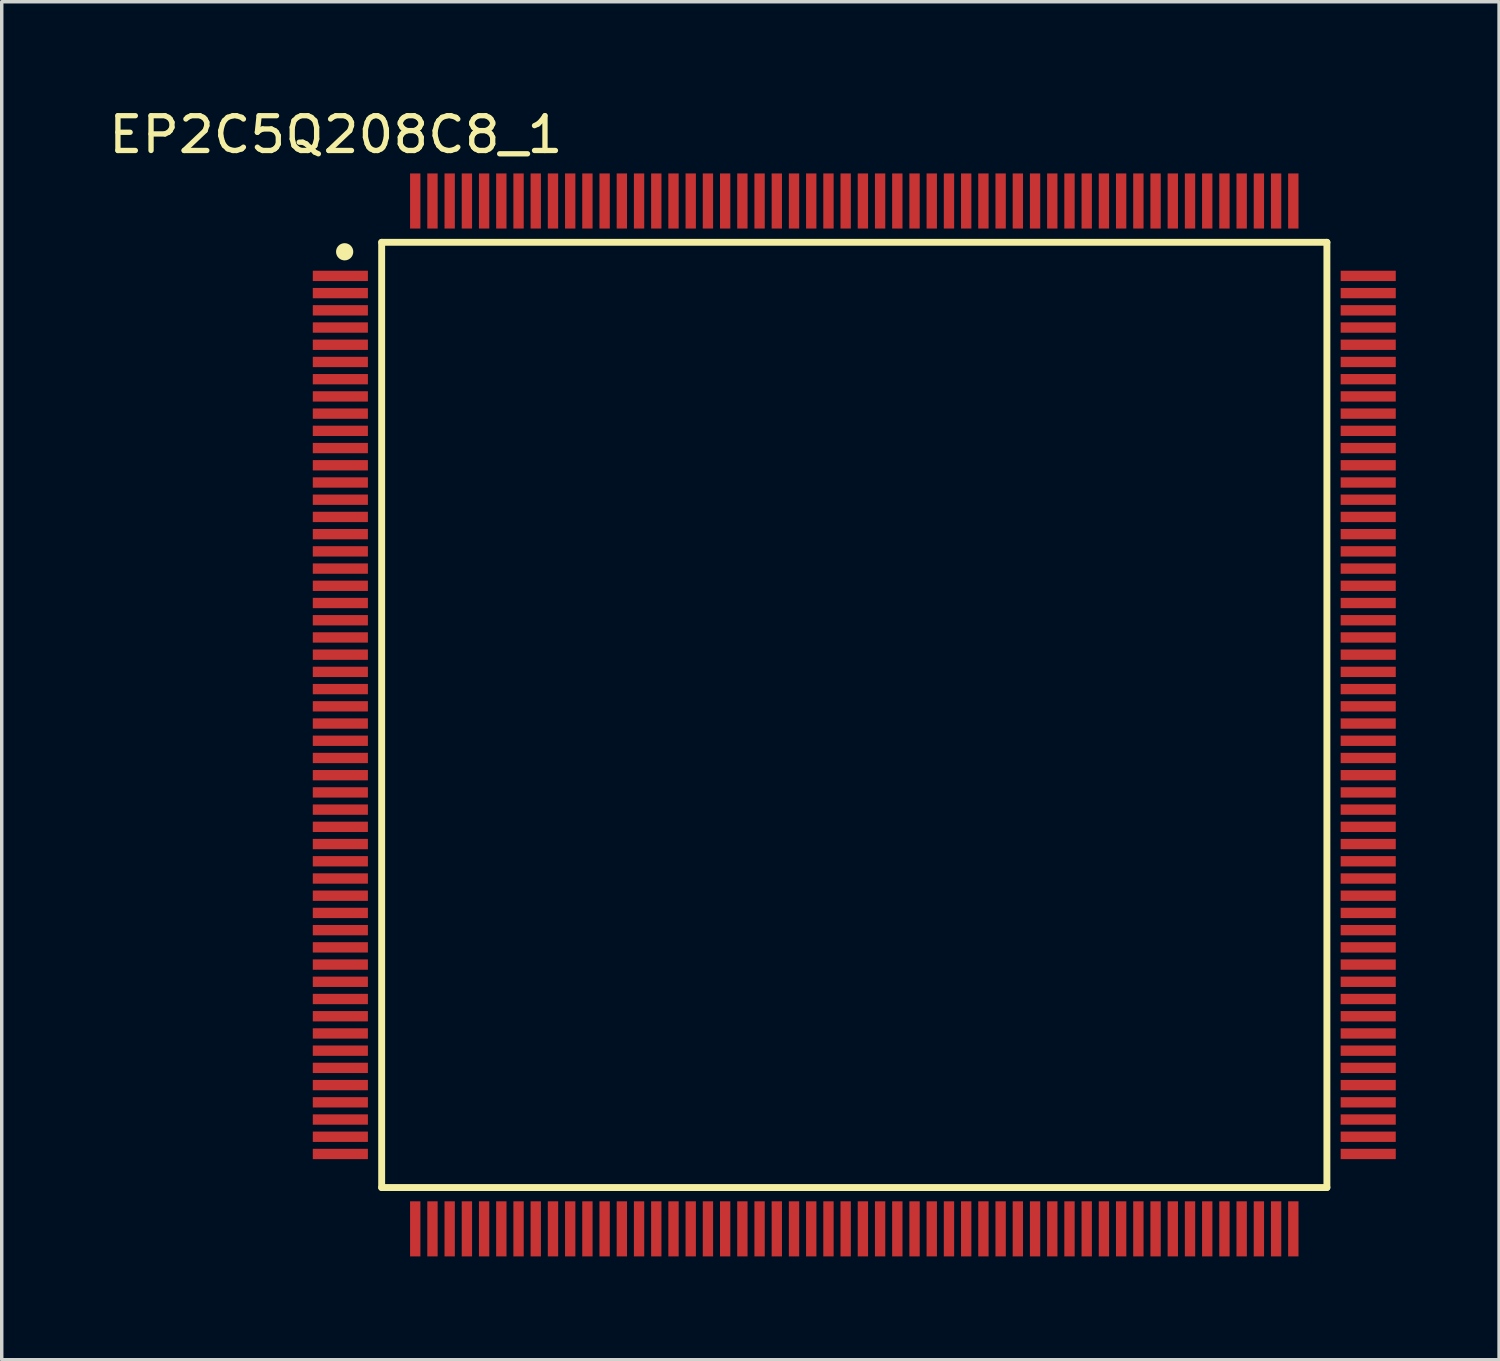
<source format=kicad_pcb>
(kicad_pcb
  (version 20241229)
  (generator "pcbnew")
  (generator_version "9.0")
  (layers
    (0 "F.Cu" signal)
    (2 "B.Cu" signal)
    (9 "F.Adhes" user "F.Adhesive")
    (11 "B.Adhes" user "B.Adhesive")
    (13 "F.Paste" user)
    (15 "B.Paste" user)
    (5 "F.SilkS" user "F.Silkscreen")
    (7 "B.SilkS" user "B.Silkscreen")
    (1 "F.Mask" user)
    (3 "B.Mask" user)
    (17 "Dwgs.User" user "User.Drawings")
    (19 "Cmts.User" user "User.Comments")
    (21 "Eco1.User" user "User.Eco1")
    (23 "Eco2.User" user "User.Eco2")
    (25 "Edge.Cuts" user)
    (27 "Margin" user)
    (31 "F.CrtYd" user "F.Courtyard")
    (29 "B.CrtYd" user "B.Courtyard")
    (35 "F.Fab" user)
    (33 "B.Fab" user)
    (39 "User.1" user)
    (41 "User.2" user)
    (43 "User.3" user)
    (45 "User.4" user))
  (footprint "EP2C5Q208C8_1"
    (layer "F.Cu")
    (at 21.759 17.712)
    (property "Reference" "EP2C5Q208C8_1" (at -15.057 -16.851 0) (unlocked yes) (layer "F.SilkS") (effects (font (size 1.01 1.063) (thickness 0.154))))
    (fp_line (start -13.725 -13.725) (end 13.725 -13.725) (stroke (width 0.2) (type solid)) (layer "F.SilkS"))
    (fp_line (start -13.725 13.725) (end -13.725 -13.725) (stroke (width 0.2) (type solid)) (layer "F.SilkS"))
    (fp_line (start -13.725 13.725) (end 13.725 13.725) (stroke (width 0.2) (type solid)) (layer "F.SilkS"))
    (fp_line (start 13.725 13.725) (end 13.725 -13.725) (stroke (width 0.2) (type solid)) (layer "F.SilkS"))
    (fp_circle (center -14.8 -13.45) (end -14.8 -13.45) (stroke (width 0.25) (type solid)) (fill no) (layer "F.SilkS"))
    (pad "1" smd rect (at -14.925 -12.75 90) (size 0.3 1.6) (layers "F.Cu" "F.Mask" "F.Paste"))
    (pad "2" smd rect (at -14.925 -12.25 90) (size 0.3 1.6) (layers "F.Cu" "F.Mask" "F.Paste"))
    (pad "3" smd rect (at -14.925 -11.75 90) (size 0.3 1.6) (layers "F.Cu" "F.Mask" "F.Paste"))
    (pad "4" smd rect (at -14.925 -11.25 90) (size 0.3 1.6) (layers "F.Cu" "F.Mask" "F.Paste"))
    (pad "5" smd rect (at -14.925 -10.75 90) (size 0.3 1.6) (layers "F.Cu" "F.Mask" "F.Paste"))
    (pad "6" smd rect (at -14.925 -10.25 90) (size 0.3 1.6) (layers "F.Cu" "F.Mask" "F.Paste"))
    (pad "7" smd rect (at -14.925 -9.75 90) (size 0.3 1.6) (layers "F.Cu" "F.Mask" "F.Paste"))
    (pad "8" smd rect (at -14.925 -9.25 90) (size 0.3 1.6) (layers "F.Cu" "F.Mask" "F.Paste"))
    (pad "9" smd rect (at -14.925 -8.75 90) (size 0.3 1.6) (layers "F.Cu" "F.Mask" "F.Paste"))
    (pad "10" smd rect (at -14.925 -8.25 90) (size 0.3 1.6) (layers "F.Cu" "F.Mask" "F.Paste"))
    (pad "11" smd rect (at -14.925 -7.75 90) (size 0.3 1.6) (layers "F.Cu" "F.Mask" "F.Paste"))
    (pad "12" smd rect (at -14.925 -7.25 90) (size 0.3 1.6) (layers "F.Cu" "F.Mask" "F.Paste"))
    (pad "13" smd rect (at -14.925 -6.75 90) (size 0.3 1.6) (layers "F.Cu" "F.Mask" "F.Paste"))
    (pad "14" smd rect (at -14.925 -6.25 90) (size 0.3 1.6) (layers "F.Cu" "F.Mask" "F.Paste"))
    (pad "15" smd rect (at -14.925 -5.75 90) (size 0.3 1.6) (layers "F.Cu" "F.Mask" "F.Paste"))
    (pad "16" smd rect (at -14.925 -5.25 90) (size 0.3 1.6) (layers "F.Cu" "F.Mask" "F.Paste"))
    (pad "17" smd rect (at -14.925 -4.75 90) (size 0.3 1.6) (layers "F.Cu" "F.Mask" "F.Paste"))
    (pad "18" smd rect (at -14.925 -4.25 90) (size 0.3 1.6) (layers "F.Cu" "F.Mask" "F.Paste"))
    (pad "19" smd rect (at -14.925 -3.75 90) (size 0.3 1.6) (layers "F.Cu" "F.Mask" "F.Paste"))
    (pad "20" smd rect (at -14.925 -3.25 90) (size 0.3 1.6) (layers "F.Cu" "F.Mask" "F.Paste"))
    (pad "21" smd rect (at -14.925 -2.75 90) (size 0.3 1.6) (layers "F.Cu" "F.Mask" "F.Paste"))
    (pad "22" smd rect (at -14.925 -2.25 90) (size 0.3 1.6) (layers "F.Cu" "F.Mask" "F.Paste"))
    (pad "23" smd rect (at -14.925 -1.75 90) (size 0.3 1.6) (layers "F.Cu" "F.Mask" "F.Paste"))
    (pad "24" smd rect (at -14.925 -1.25 90) (size 0.3 1.6) (layers "F.Cu" "F.Mask" "F.Paste"))
    (pad "25" smd rect (at -14.925 -0.75 90) (size 0.3 1.6) (layers "F.Cu" "F.Mask" "F.Paste"))
    (pad "26" smd rect (at -14.925 -0.25 90) (size 0.3 1.6) (layers "F.Cu" "F.Mask" "F.Paste"))
    (pad "27" smd rect (at -14.925 0.25 90) (size 0.3 1.6) (layers "F.Cu" "F.Mask" "F.Paste"))
    (pad "28" smd rect (at -14.925 0.75 90) (size 0.3 1.6) (layers "F.Cu" "F.Mask" "F.Paste"))
    (pad "29" smd rect (at -14.925 1.25 90) (size 0.3 1.6) (layers "F.Cu" "F.Mask" "F.Paste"))
    (pad "30" smd rect (at -14.925 1.75 90) (size 0.3 1.6) (layers "F.Cu" "F.Mask" "F.Paste"))
    (pad "31" smd rect (at -14.925 2.25 90) (size 0.3 1.6) (layers "F.Cu" "F.Mask" "F.Paste"))
    (pad "32" smd rect (at -14.925 2.75 90) (size 0.3 1.6) (layers "F.Cu" "F.Mask" "F.Paste"))
    (pad "33" smd rect (at -14.925 3.25 90) (size 0.3 1.6) (layers "F.Cu" "F.Mask" "F.Paste"))
    (pad "34" smd rect (at -14.925 3.75 90) (size 0.3 1.6) (layers "F.Cu" "F.Mask" "F.Paste"))
    (pad "35" smd rect (at -14.925 4.25 90) (size 0.3 1.6) (layers "F.Cu" "F.Mask" "F.Paste"))
    (pad "36" smd rect (at -14.925 4.75 90) (size 0.3 1.6) (layers "F.Cu" "F.Mask" "F.Paste"))
    (pad "37" smd rect (at -14.925 5.25 90) (size 0.3 1.6) (layers "F.Cu" "F.Mask" "F.Paste"))
    (pad "38" smd rect (at -14.925 5.75 90) (size 0.3 1.6) (layers "F.Cu" "F.Mask" "F.Paste"))
    (pad "39" smd rect (at -14.925 6.25 90) (size 0.3 1.6) (layers "F.Cu" "F.Mask" "F.Paste"))
    (pad "40" smd rect (at -14.925 6.75 90) (size 0.3 1.6) (layers "F.Cu" "F.Mask" "F.Paste"))
    (pad "41" smd rect (at -14.925 7.25 90) (size 0.3 1.6) (layers "F.Cu" "F.Mask" "F.Paste"))
    (pad "42" smd rect (at -14.925 7.75 90) (size 0.3 1.6) (layers "F.Cu" "F.Mask" "F.Paste"))
    (pad "43" smd rect (at -14.925 8.25 90) (size 0.3 1.6) (layers "F.Cu" "F.Mask" "F.Paste"))
    (pad "44" smd rect (at -14.925 8.75 90) (size 0.3 1.6) (layers "F.Cu" "F.Mask" "F.Paste"))
    (pad "45" smd rect (at -14.925 9.25 90) (size 0.3 1.6) (layers "F.Cu" "F.Mask" "F.Paste"))
    (pad "46" smd rect (at -14.925 9.75 90) (size 0.3 1.6) (layers "F.Cu" "F.Mask" "F.Paste"))
    (pad "47" smd rect (at -14.925 10.25 90) (size 0.3 1.6) (layers "F.Cu" "F.Mask" "F.Paste"))
    (pad "48" smd rect (at -14.925 10.75 90) (size 0.3 1.6) (layers "F.Cu" "F.Mask" "F.Paste"))
    (pad "49" smd rect (at -14.925 11.25 90) (size 0.3 1.6) (layers "F.Cu" "F.Mask" "F.Paste"))
    (pad "50" smd rect (at -14.925 11.75 90) (size 0.3 1.6) (layers "F.Cu" "F.Mask" "F.Paste"))
    (pad "51" smd rect (at -14.925 12.25 90) (size 0.3 1.6) (layers "F.Cu" "F.Mask" "F.Paste"))
    (pad "52" smd rect (at -14.925 12.75 90) (size 0.3 1.6) (layers "F.Cu" "F.Mask" "F.Paste"))
    (pad "53" smd rect (at -12.75 14.925 180) (size 0.3 1.6) (layers "F.Cu" "F.Mask" "F.Paste"))
    (pad "54" smd rect (at -12.25 14.925 180) (size 0.3 1.6) (layers "F.Cu" "F.Mask" "F.Paste"))
    (pad "55" smd rect (at -11.75 14.925 180) (size 0.3 1.6) (layers "F.Cu" "F.Mask" "F.Paste"))
    (pad "56" smd rect (at -11.25 14.925 180) (size 0.3 1.6) (layers "F.Cu" "F.Mask" "F.Paste"))
    (pad "57" smd rect (at -10.75 14.925 180) (size 0.3 1.6) (layers "F.Cu" "F.Mask" "F.Paste"))
    (pad "58" smd rect (at -10.25 14.925 180) (size 0.3 1.6) (layers "F.Cu" "F.Mask" "F.Paste"))
    (pad "59" smd rect (at -9.75 14.925 180) (size 0.3 1.6) (layers "F.Cu" "F.Mask" "F.Paste"))
    (pad "60" smd rect (at -9.25 14.925 180) (size 0.3 1.6) (layers "F.Cu" "F.Mask" "F.Paste"))
    (pad "61" smd rect (at -8.75 14.925 180) (size 0.3 1.6) (layers "F.Cu" "F.Mask" "F.Paste"))
    (pad "62" smd rect (at -8.25 14.925 180) (size 0.3 1.6) (layers "F.Cu" "F.Mask" "F.Paste"))
    (pad "63" smd rect (at -7.75 14.925 180) (size 0.3 1.6) (layers "F.Cu" "F.Mask" "F.Paste"))
    (pad "64" smd rect (at -7.25 14.925 180) (size 0.3 1.6) (layers "F.Cu" "F.Mask" "F.Paste"))
    (pad "65" smd rect (at -6.75 14.925 180) (size 0.3 1.6) (layers "F.Cu" "F.Mask" "F.Paste"))
    (pad "66" smd rect (at -6.25 14.925 180) (size 0.3 1.6) (layers "F.Cu" "F.Mask" "F.Paste"))
    (pad "67" smd rect (at -5.75 14.925 180) (size 0.3 1.6) (layers "F.Cu" "F.Mask" "F.Paste"))
    (pad "68" smd rect (at -5.25 14.925 180) (size 0.3 1.6) (layers "F.Cu" "F.Mask" "F.Paste"))
    (pad "69" smd rect (at -4.75 14.925 180) (size 0.3 1.6) (layers "F.Cu" "F.Mask" "F.Paste"))
    (pad "70" smd rect (at -4.25 14.925 180) (size 0.3 1.6) (layers "F.Cu" "F.Mask" "F.Paste"))
    (pad "71" smd rect (at -3.75 14.925 180) (size 0.3 1.6) (layers "F.Cu" "F.Mask" "F.Paste"))
    (pad "72" smd rect (at -3.25 14.925 180) (size 0.3 1.6) (layers "F.Cu" "F.Mask" "F.Paste"))
    (pad "73" smd rect (at -2.75 14.925 180) (size 0.3 1.6) (layers "F.Cu" "F.Mask" "F.Paste"))
    (pad "74" smd rect (at -2.25 14.925 180) (size 0.3 1.6) (layers "F.Cu" "F.Mask" "F.Paste"))
    (pad "75" smd rect (at -1.75 14.925 180) (size 0.3 1.6) (layers "F.Cu" "F.Mask" "F.Paste"))
    (pad "76" smd rect (at -1.25 14.925 180) (size 0.3 1.6) (layers "F.Cu" "F.Mask" "F.Paste"))
    (pad "77" smd rect (at -0.75 14.925 180) (size 0.3 1.6) (layers "F.Cu" "F.Mask" "F.Paste"))
    (pad "78" smd rect (at -0.25 14.925 180) (size 0.3 1.6) (layers "F.Cu" "F.Mask" "F.Paste"))
    (pad "79" smd rect (at 0.25 14.925 180) (size 0.3 1.6) (layers "F.Cu" "F.Mask" "F.Paste"))
    (pad "80" smd rect (at 0.75 14.925 180) (size 0.3 1.6) (layers "F.Cu" "F.Mask" "F.Paste"))
    (pad "81" smd rect (at 1.25 14.925 180) (size 0.3 1.6) (layers "F.Cu" "F.Mask" "F.Paste"))
    (pad "82" smd rect (at 1.75 14.925 180) (size 0.3 1.6) (layers "F.Cu" "F.Mask" "F.Paste"))
    (pad "83" smd rect (at 2.25 14.925 180) (size 0.3 1.6) (layers "F.Cu" "F.Mask" "F.Paste"))
    (pad "84" smd rect (at 2.75 14.925 180) (size 0.3 1.6) (layers "F.Cu" "F.Mask" "F.Paste"))
    (pad "85" smd rect (at 3.25 14.925 180) (size 0.3 1.6) (layers "F.Cu" "F.Mask" "F.Paste"))
    (pad "86" smd rect (at 3.75 14.925 180) (size 0.3 1.6) (layers "F.Cu" "F.Mask" "F.Paste"))
    (pad "87" smd rect (at 4.25 14.925 180) (size 0.3 1.6) (layers "F.Cu" "F.Mask" "F.Paste"))
    (pad "88" smd rect (at 4.75 14.925 180) (size 0.3 1.6) (layers "F.Cu" "F.Mask" "F.Paste"))
    (pad "89" smd rect (at 5.25 14.925 180) (size 0.3 1.6) (layers "F.Cu" "F.Mask" "F.Paste"))
    (pad "90" smd rect (at 5.75 14.925 180) (size 0.3 1.6) (layers "F.Cu" "F.Mask" "F.Paste"))
    (pad "91" smd rect (at 6.25 14.925 180) (size 0.3 1.6) (layers "F.Cu" "F.Mask" "F.Paste"))
    (pad "92" smd rect (at 6.75 14.925 180) (size 0.3 1.6) (layers "F.Cu" "F.Mask" "F.Paste"))
    (pad "93" smd rect (at 7.25 14.925 180) (size 0.3 1.6) (layers "F.Cu" "F.Mask" "F.Paste"))
    (pad "94" smd rect (at 7.75 14.925 180) (size 0.3 1.6) (layers "F.Cu" "F.Mask" "F.Paste"))
    (pad "95" smd rect (at 8.25 14.925 180) (size 0.3 1.6) (layers "F.Cu" "F.Mask" "F.Paste"))
    (pad "96" smd rect (at 8.75 14.925 180) (size 0.3 1.6) (layers "F.Cu" "F.Mask" "F.Paste"))
    (pad "97" smd rect (at 9.25 14.925 180) (size 0.3 1.6) (layers "F.Cu" "F.Mask" "F.Paste"))
    (pad "98" smd rect (at 9.75 14.925 180) (size 0.3 1.6) (layers "F.Cu" "F.Mask" "F.Paste"))
    (pad "99" smd rect (at 10.25 14.925 180) (size 0.3 1.6) (layers "F.Cu" "F.Mask" "F.Paste"))
    (pad "100" smd rect (at 10.75 14.925 180) (size 0.3 1.6) (layers "F.Cu" "F.Mask" "F.Paste"))
    (pad "101" smd rect (at 11.25 14.925 180) (size 0.3 1.6) (layers "F.Cu" "F.Mask" "F.Paste"))
    (pad "102" smd rect (at 11.75 14.925 180) (size 0.3 1.6) (layers "F.Cu" "F.Mask" "F.Paste"))
    (pad "103" smd rect (at 12.25 14.925 180) (size 0.3 1.6) (layers "F.Cu" "F.Mask" "F.Paste"))
    (pad "104" smd rect (at 12.75 14.925 180) (size 0.3 1.6) (layers "F.Cu" "F.Mask" "F.Paste"))
    (pad "105" smd rect (at 14.925 12.75 90) (size 0.3 1.6) (layers "F.Cu" "F.Mask" "F.Paste"))
    (pad "106" smd rect (at 14.925 12.25 90) (size 0.3 1.6) (layers "F.Cu" "F.Mask" "F.Paste"))
    (pad "107" smd rect (at 14.925 11.75 90) (size 0.3 1.6) (layers "F.Cu" "F.Mask" "F.Paste"))
    (pad "108" smd rect (at 14.925 11.25 90) (size 0.3 1.6) (layers "F.Cu" "F.Mask" "F.Paste"))
    (pad "109" smd rect (at 14.925 10.75 90) (size 0.3 1.6) (layers "F.Cu" "F.Mask" "F.Paste"))
    (pad "110" smd rect (at 14.925 10.25 90) (size 0.3 1.6) (layers "F.Cu" "F.Mask" "F.Paste"))
    (pad "111" smd rect (at 14.925 9.75 90) (size 0.3 1.6) (layers "F.Cu" "F.Mask" "F.Paste"))
    (pad "112" smd rect (at 14.925 9.25 90) (size 0.3 1.6) (layers "F.Cu" "F.Mask" "F.Paste"))
    (pad "113" smd rect (at 14.925 8.75 90) (size 0.3 1.6) (layers "F.Cu" "F.Mask" "F.Paste"))
    (pad "114" smd rect (at 14.925 8.25 90) (size 0.3 1.6) (layers "F.Cu" "F.Mask" "F.Paste"))
    (pad "115" smd rect (at 14.925 7.75 90) (size 0.3 1.6) (layers "F.Cu" "F.Mask" "F.Paste"))
    (pad "116" smd rect (at 14.925 7.25 90) (size 0.3 1.6) (layers "F.Cu" "F.Mask" "F.Paste"))
    (pad "117" smd rect (at 14.925 6.75 90) (size 0.3 1.6) (layers "F.Cu" "F.Mask" "F.Paste"))
    (pad "118" smd rect (at 14.925 6.25 90) (size 0.3 1.6) (layers "F.Cu" "F.Mask" "F.Paste"))
    (pad "119" smd rect (at 14.925 5.75 90) (size 0.3 1.6) (layers "F.Cu" "F.Mask" "F.Paste"))
    (pad "120" smd rect (at 14.925 5.25 90) (size 0.3 1.6) (layers "F.Cu" "F.Mask" "F.Paste"))
    (pad "121" smd rect (at 14.925 4.75 90) (size 0.3 1.6) (layers "F.Cu" "F.Mask" "F.Paste"))
    (pad "122" smd rect (at 14.925 4.25 90) (size 0.3 1.6) (layers "F.Cu" "F.Mask" "F.Paste"))
    (pad "123" smd rect (at 14.925 3.75 90) (size 0.3 1.6) (layers "F.Cu" "F.Mask" "F.Paste"))
    (pad "124" smd rect (at 14.925 3.25 90) (size 0.3 1.6) (layers "F.Cu" "F.Mask" "F.Paste"))
    (pad "125" smd rect (at 14.925 2.75 90) (size 0.3 1.6) (layers "F.Cu" "F.Mask" "F.Paste"))
    (pad "126" smd rect (at 14.925 2.25 90) (size 0.3 1.6) (layers "F.Cu" "F.Mask" "F.Paste"))
    (pad "127" smd rect (at 14.925 1.75 90) (size 0.3 1.6) (layers "F.Cu" "F.Mask" "F.Paste"))
    (pad "128" smd rect (at 14.925 1.25 90) (size 0.3 1.6) (layers "F.Cu" "F.Mask" "F.Paste"))
    (pad "129" smd rect (at 14.925 0.75 90) (size 0.3 1.6) (layers "F.Cu" "F.Mask" "F.Paste"))
    (pad "130" smd rect (at 14.925 0.25 90) (size 0.3 1.6) (layers "F.Cu" "F.Mask" "F.Paste"))
    (pad "131" smd rect (at 14.925 -0.25 90) (size 0.3 1.6) (layers "F.Cu" "F.Mask" "F.Paste"))
    (pad "132" smd rect (at 14.925 -0.75 90) (size 0.3 1.6) (layers "F.Cu" "F.Mask" "F.Paste"))
    (pad "133" smd rect (at 14.925 -1.25 90) (size 0.3 1.6) (layers "F.Cu" "F.Mask" "F.Paste"))
    (pad "134" smd rect (at 14.925 -1.75 90) (size 0.3 1.6) (layers "F.Cu" "F.Mask" "F.Paste"))
    (pad "135" smd rect (at 14.925 -2.25 90) (size 0.3 1.6) (layers "F.Cu" "F.Mask" "F.Paste"))
    (pad "136" smd rect (at 14.925 -2.75 90) (size 0.3 1.6) (layers "F.Cu" "F.Mask" "F.Paste"))
    (pad "137" smd rect (at 14.925 -3.25 90) (size 0.3 1.6) (layers "F.Cu" "F.Mask" "F.Paste"))
    (pad "138" smd rect (at 14.925 -3.75 90) (size 0.3 1.6) (layers "F.Cu" "F.Mask" "F.Paste"))
    (pad "139" smd rect (at 14.925 -4.25 90) (size 0.3 1.6) (layers "F.Cu" "F.Mask" "F.Paste"))
    (pad "140" smd rect (at 14.925 -4.75 90) (size 0.3 1.6) (layers "F.Cu" "F.Mask" "F.Paste"))
    (pad "141" smd rect (at 14.925 -5.25 90) (size 0.3 1.6) (layers "F.Cu" "F.Mask" "F.Paste"))
    (pad "142" smd rect (at 14.925 -5.75 90) (size 0.3 1.6) (layers "F.Cu" "F.Mask" "F.Paste"))
    (pad "143" smd rect (at 14.925 -6.25 90) (size 0.3 1.6) (layers "F.Cu" "F.Mask" "F.Paste"))
    (pad "144" smd rect (at 14.925 -6.75 90) (size 0.3 1.6) (layers "F.Cu" "F.Mask" "F.Paste"))
    (pad "145" smd rect (at 14.925 -7.25 90) (size 0.3 1.6) (layers "F.Cu" "F.Mask" "F.Paste"))
    (pad "146" smd rect (at 14.925 -7.75 90) (size 0.3 1.6) (layers "F.Cu" "F.Mask" "F.Paste"))
    (pad "147" smd rect (at 14.925 -8.25 90) (size 0.3 1.6) (layers "F.Cu" "F.Mask" "F.Paste"))
    (pad "148" smd rect (at 14.925 -8.75 90) (size 0.3 1.6) (layers "F.Cu" "F.Mask" "F.Paste"))
    (pad "149" smd rect (at 14.925 -9.25 90) (size 0.3 1.6) (layers "F.Cu" "F.Mask" "F.Paste"))
    (pad "150" smd rect (at 14.925 -9.75 90) (size 0.3 1.6) (layers "F.Cu" "F.Mask" "F.Paste"))
    (pad "151" smd rect (at 14.925 -10.25 90) (size 0.3 1.6) (layers "F.Cu" "F.Mask" "F.Paste"))
    (pad "152" smd rect (at 14.925 -10.75 90) (size 0.3 1.6) (layers "F.Cu" "F.Mask" "F.Paste"))
    (pad "153" smd rect (at 14.925 -11.25 90) (size 0.3 1.6) (layers "F.Cu" "F.Mask" "F.Paste"))
    (pad "154" smd rect (at 14.925 -11.75 90) (size 0.3 1.6) (layers "F.Cu" "F.Mask" "F.Paste"))
    (pad "155" smd rect (at 14.925 -12.25 90) (size 0.3 1.6) (layers "F.Cu" "F.Mask" "F.Paste"))
    (pad "156" smd rect (at 14.925 -12.75 90) (size 0.3 1.6) (layers "F.Cu" "F.Mask" "F.Paste"))
    (pad "157" smd rect (at 12.75 -14.925 180) (size 0.3 1.6) (layers "F.Cu" "F.Mask" "F.Paste"))
    (pad "158" smd rect (at 12.25 -14.925 180) (size 0.3 1.6) (layers "F.Cu" "F.Mask" "F.Paste"))
    (pad "159" smd rect (at 11.75 -14.925 180) (size 0.3 1.6) (layers "F.Cu" "F.Mask" "F.Paste"))
    (pad "160" smd rect (at 11.25 -14.925 180) (size 0.3 1.6) (layers "F.Cu" "F.Mask" "F.Paste"))
    (pad "161" smd rect (at 10.75 -14.925 180) (size 0.3 1.6) (layers "F.Cu" "F.Mask" "F.Paste"))
    (pad "162" smd rect (at 10.25 -14.925 180) (size 0.3 1.6) (layers "F.Cu" "F.Mask" "F.Paste"))
    (pad "163" smd rect (at 9.75 -14.925 180) (size 0.3 1.6) (layers "F.Cu" "F.Mask" "F.Paste"))
    (pad "164" smd rect (at 9.25 -14.925 180) (size 0.3 1.6) (layers "F.Cu" "F.Mask" "F.Paste"))
    (pad "165" smd rect (at 8.75 -14.925 180) (size 0.3 1.6) (layers "F.Cu" "F.Mask" "F.Paste"))
    (pad "166" smd rect (at 8.25 -14.925 180) (size 0.3 1.6) (layers "F.Cu" "F.Mask" "F.Paste"))
    (pad "167" smd rect (at 7.75 -14.925 180) (size 0.3 1.6) (layers "F.Cu" "F.Mask" "F.Paste"))
    (pad "168" smd rect (at 7.25 -14.925 180) (size 0.3 1.6) (layers "F.Cu" "F.Mask" "F.Paste"))
    (pad "169" smd rect (at 6.75 -14.925 180) (size 0.3 1.6) (layers "F.Cu" "F.Mask" "F.Paste"))
    (pad "170" smd rect (at 6.25 -14.925 180) (size 0.3 1.6) (layers "F.Cu" "F.Mask" "F.Paste"))
    (pad "171" smd rect (at 5.75 -14.925 180) (size 0.3 1.6) (layers "F.Cu" "F.Mask" "F.Paste"))
    (pad "172" smd rect (at 5.25 -14.925 180) (size 0.3 1.6) (layers "F.Cu" "F.Mask" "F.Paste"))
    (pad "173" smd rect (at 4.75 -14.925 180) (size 0.3 1.6) (layers "F.Cu" "F.Mask" "F.Paste"))
    (pad "174" smd rect (at 4.25 -14.925 180) (size 0.3 1.6) (layers "F.Cu" "F.Mask" "F.Paste"))
    (pad "175" smd rect (at 3.75 -14.925 180) (size 0.3 1.6) (layers "F.Cu" "F.Mask" "F.Paste"))
    (pad "176" smd rect (at 3.25 -14.925 180) (size 0.3 1.6) (layers "F.Cu" "F.Mask" "F.Paste"))
    (pad "177" smd rect (at 2.75 -14.925 180) (size 0.3 1.6) (layers "F.Cu" "F.Mask" "F.Paste"))
    (pad "178" smd rect (at 2.25 -14.925 180) (size 0.3 1.6) (layers "F.Cu" "F.Mask" "F.Paste"))
    (pad "179" smd rect (at 1.75 -14.925 180) (size 0.3 1.6) (layers "F.Cu" "F.Mask" "F.Paste"))
    (pad "180" smd rect (at 1.25 -14.925 180) (size 0.3 1.6) (layers "F.Cu" "F.Mask" "F.Paste"))
    (pad "181" smd rect (at 0.75 -14.925 180) (size 0.3 1.6) (layers "F.Cu" "F.Mask" "F.Paste"))
    (pad "182" smd rect (at 0.25 -14.925 180) (size 0.3 1.6) (layers "F.Cu" "F.Mask" "F.Paste"))
    (pad "183" smd rect (at -0.25 -14.925 180) (size 0.3 1.6) (layers "F.Cu" "F.Mask" "F.Paste"))
    (pad "184" smd rect (at -0.75 -14.925 180) (size 0.3 1.6) (layers "F.Cu" "F.Mask" "F.Paste"))
    (pad "185" smd rect (at -1.25 -14.925 180) (size 0.3 1.6) (layers "F.Cu" "F.Mask" "F.Paste"))
    (pad "186" smd rect (at -1.75 -14.925 180) (size 0.3 1.6) (layers "F.Cu" "F.Mask" "F.Paste"))
    (pad "187" smd rect (at -2.25 -14.925 180) (size 0.3 1.6) (layers "F.Cu" "F.Mask" "F.Paste"))
    (pad "188" smd rect (at -2.75 -14.925 180) (size 0.3 1.6) (layers "F.Cu" "F.Mask" "F.Paste"))
    (pad "189" smd rect (at -3.25 -14.925 180) (size 0.3 1.6) (layers "F.Cu" "F.Mask" "F.Paste"))
    (pad "190" smd rect (at -3.75 -14.925 180) (size 0.3 1.6) (layers "F.Cu" "F.Mask" "F.Paste"))
    (pad "191" smd rect (at -4.25 -14.925 180) (size 0.3 1.6) (layers "F.Cu" "F.Mask" "F.Paste"))
    (pad "192" smd rect (at -4.75 -14.925 180) (size 0.3 1.6) (layers "F.Cu" "F.Mask" "F.Paste"))
    (pad "193" smd rect (at -5.25 -14.925 180) (size 0.3 1.6) (layers "F.Cu" "F.Mask" "F.Paste"))
    (pad "194" smd rect (at -5.75 -14.925 180) (size 0.3 1.6) (layers "F.Cu" "F.Mask" "F.Paste"))
    (pad "195" smd rect (at -6.25 -14.925 180) (size 0.3 1.6) (layers "F.Cu" "F.Mask" "F.Paste"))
    (pad "196" smd rect (at -6.75 -14.925 180) (size 0.3 1.6) (layers "F.Cu" "F.Mask" "F.Paste"))
    (pad "197" smd rect (at -7.25 -14.925 180) (size 0.3 1.6) (layers "F.Cu" "F.Mask" "F.Paste"))
    (pad "198" smd rect (at -7.75 -14.925 180) (size 0.3 1.6) (layers "F.Cu" "F.Mask" "F.Paste"))
    (pad "199" smd rect (at -8.25 -14.925 180) (size 0.3 1.6) (layers "F.Cu" "F.Mask" "F.Paste"))
    (pad "200" smd rect (at -8.75 -14.925 180) (size 0.3 1.6) (layers "F.Cu" "F.Mask" "F.Paste"))
    (pad "201" smd rect (at -9.25 -14.925 180) (size 0.3 1.6) (layers "F.Cu" "F.Mask" "F.Paste"))
    (pad "202" smd rect (at -9.75 -14.925 180) (size 0.3 1.6) (layers "F.Cu" "F.Mask" "F.Paste"))
    (pad "203" smd rect (at -10.25 -14.925 180) (size 0.3 1.6) (layers "F.Cu" "F.Mask" "F.Paste"))
    (pad "204" smd rect (at -10.75 -14.925 180) (size 0.3 1.6) (layers "F.Cu" "F.Mask" "F.Paste"))
    (pad "205" smd rect (at -11.25 -14.925 180) (size 0.3 1.6) (layers "F.Cu" "F.Mask" "F.Paste"))
    (pad "206" smd rect (at -11.75 -14.925 180) (size 0.3 1.6) (layers "F.Cu" "F.Mask" "F.Paste"))
    (pad "207" smd rect (at -12.25 -14.925 180) (size 0.3 1.6) (layers "F.Cu" "F.Mask" "F.Paste"))
    (pad "208" smd rect (at -12.75 -14.925 180) (size 0.3 1.6) (layers "F.Cu" "F.Mask" "F.Paste")))
  (gr_rect
    (start -3 -3)
    (end 40.484 36.437)
    (stroke (width 0.1) (type default))
    (fill no)
    (layer "Edge.Cuts")))
</source>
